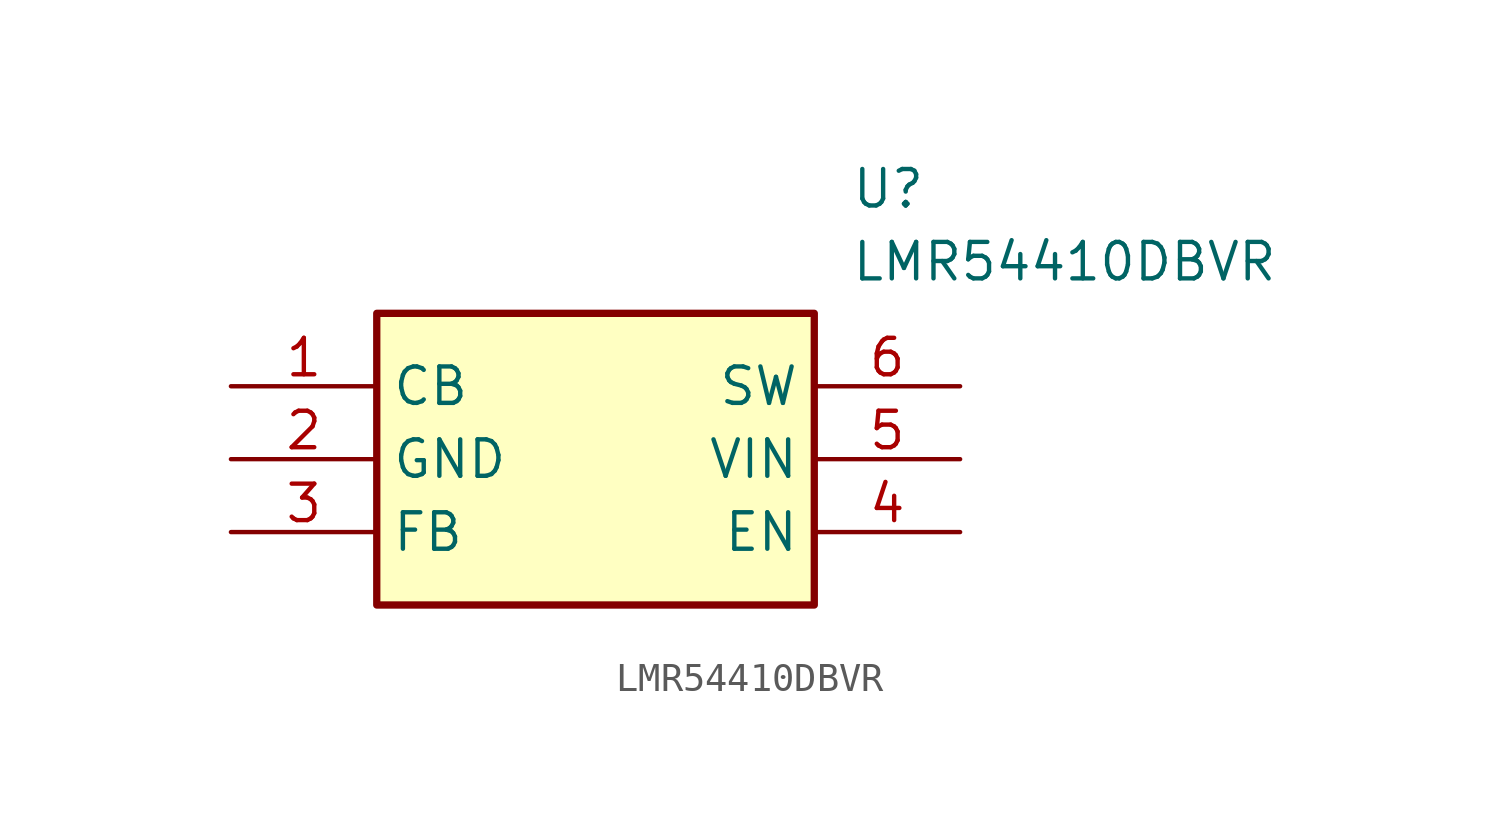
<source format=kicad_sym>
(kicad_symbol_lib
  (version 20231120)
  (generator "kicad_symbol_editor")
  (generator_version "8.0")
  (symbol "LMR54410DBVR"
    (property "Reference" "U"
      (at 21.59 7.62 0)
      (effects (font (size 1.27 1.27)) (justify left top)))
    (property "Value" "LMR54410DBVR"
      (at 21.59 5.08 0)
      (effects (font (size 1.27 1.27)) (justify left top)))
    (symbol "LMR54410DBVR_1_1"
      (rectangle (start 5.08 2.54) (end 20.32 -7.62) (stroke (width 0.254) (type default)) (fill (type background)))
      (pin power_in line (at 0 0 0) (length 5.08) (name "CB" (effects (font (size 1.27 1.27)))) (number "1" (effects (font (size 1.27 1.27)))))
      (pin power_in line (at 0 -2.54 0) (length 5.08) (name "GND" (effects (font (size 1.27 1.27)))) (number "2" (effects (font (size 1.27 1.27)))))
      (pin input line (at 0 -5.08 0) (length 5.08) (name "FB" (effects (font (size 1.27 1.27)))) (number "3" (effects (font (size 1.27 1.27)))))
      (pin input line (at 25.4 -5.08 180) (length 5.08) (name "EN" (effects (font (size 1.27 1.27)))) (number "4" (effects (font (size 1.27 1.27)))))
      (pin input line (at 25.4 -2.54 180) (length 5.08) (name "VIN" (effects (font (size 1.27 1.27)))) (number "5" (effects (font (size 1.27 1.27)))))
      (pin output line (at 25.4 0 180) (length 5.08) (name "SW" (effects (font (size 1.27 1.27)))) (number "6" (effects (font (size 1.27 1.27))))))))
</source>
